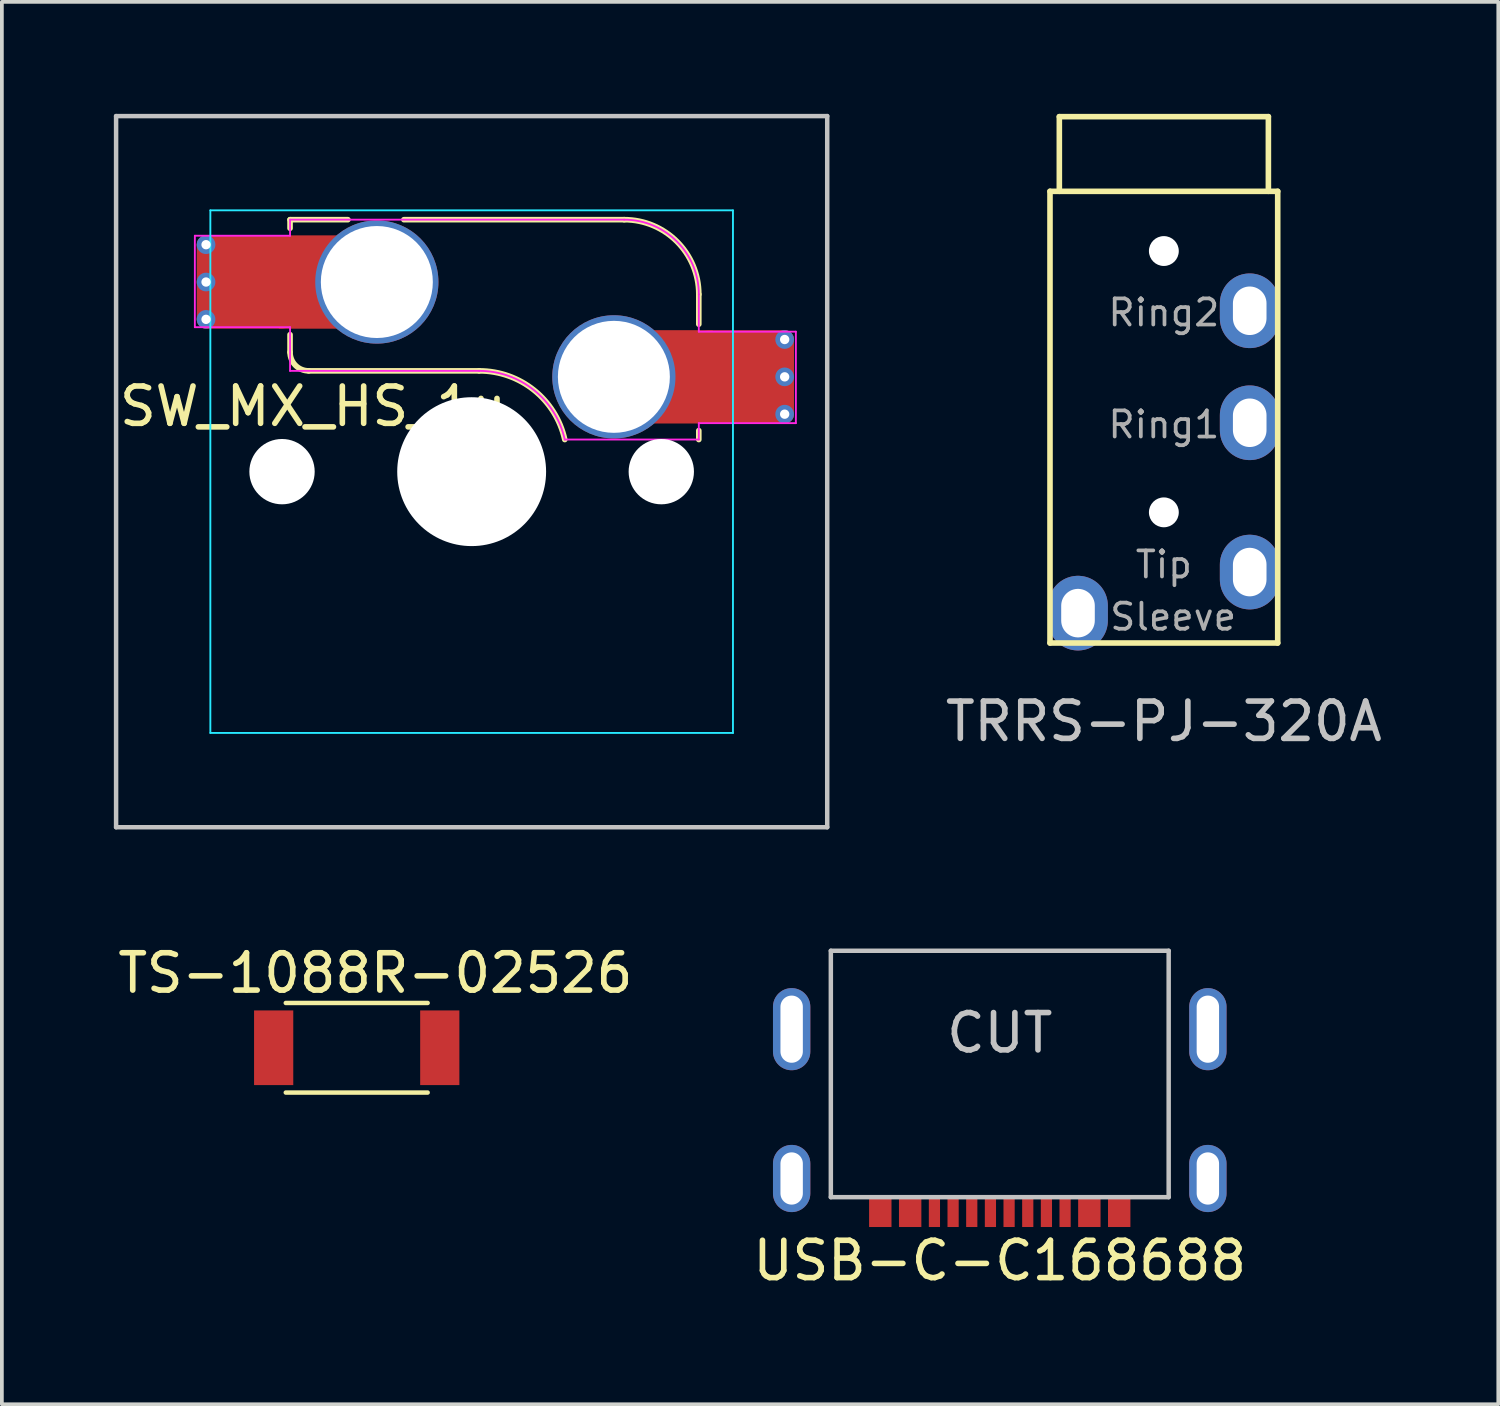
<source format=kicad_pcb>
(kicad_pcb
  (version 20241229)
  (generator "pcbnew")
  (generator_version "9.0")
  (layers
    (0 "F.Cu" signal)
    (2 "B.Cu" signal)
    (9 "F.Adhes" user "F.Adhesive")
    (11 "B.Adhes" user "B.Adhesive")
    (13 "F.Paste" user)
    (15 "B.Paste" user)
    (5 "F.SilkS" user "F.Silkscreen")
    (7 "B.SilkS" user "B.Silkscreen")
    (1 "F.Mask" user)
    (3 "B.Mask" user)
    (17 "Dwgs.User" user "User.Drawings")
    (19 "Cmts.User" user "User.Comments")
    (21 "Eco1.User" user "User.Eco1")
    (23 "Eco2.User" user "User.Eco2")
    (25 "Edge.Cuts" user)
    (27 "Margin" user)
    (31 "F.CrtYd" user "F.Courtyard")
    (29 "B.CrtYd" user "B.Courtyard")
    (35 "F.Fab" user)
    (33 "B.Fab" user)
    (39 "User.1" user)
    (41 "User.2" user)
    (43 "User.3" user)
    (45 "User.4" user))
  (footprint "TS-1088R-02526"
    (layer "F.Cu")
    (at 6.506 25.018)
    (property "Reference" "TS-1088R-02526" (at 0.5 -2 0) (layer "F.SilkS") (effects (font (size 1 1) (thickness 0.15))))
    (attr through_hole)
    (fp_line (start -1.9 -1.2) (end 1.9 -1.2) (stroke (width 0.12) (type solid)) (layer "F.SilkS"))
    (fp_line (start 1.9 1.2) (end -1.9 1.2) (stroke (width 0.12) (type solid)) (layer "F.SilkS"))
    (pad "1" smd rect (at -2.225 0) (size 1.05 2) (layers "F.Cu" "F.Mask" "F.Paste"))
    (pad "2" smd rect (at 2.225 0) (size 1.05 2) (layers "F.Cu" "F.Mask" "F.Paste")))
  (footprint "TRRS-PJ-320A"
    (layer "F.Cu")
    (at 28.128 2.075)
    (property "Reference" "TRRS-PJ-320A" (at 0 14.2 0) (layer "Dwgs.User") (effects (font (size 1 1) (thickness 0.15))))
    (attr through_hole)
    (fp_line (start -3.05 0) (end -3.05 12.1) (stroke (width 0.15) (type solid)) (layer "F.SilkS"))
    (fp_line (start -2.8 0) (end -2.8 -2) (stroke (width 0.15) (type solid)) (layer "F.SilkS"))
    (fp_line (start 2.8 -2) (end -2.8 -2) (stroke (width 0.15) (type solid)) (layer "F.SilkS"))
    (fp_line (start 2.8 0) (end 2.8 -2) (stroke (width 0.15) (type solid)) (layer "F.SilkS"))
    (fp_line (start 3.05 0) (end -3.05 0) (stroke (width 0.15) (type solid)) (layer "F.SilkS"))
    (fp_line (start 3.05 0) (end 3.05 12.1) (stroke (width 0.15) (type solid)) (layer "F.SilkS"))
    (fp_line (start 3.05 12.1) (end -3.05 12.1) (stroke (width 0.15) (type solid)) (layer "F.SilkS"))
    (fp_text user "Tip" (at 0 10 0) (layer "F.Fab") (effects (font (size 0.7 0.7) (thickness 0.1))))
    (fp_text user "Ring1" (at 0 6.25 0) (layer "F.Fab") (effects (font (size 0.7 0.7) (thickness 0.1))))
    (fp_text user "Sleeve" (at 0.25 11.4 0) (layer "F.Fab") (effects (font (size 0.7 0.7) (thickness 0.1))))
    (fp_text user "Ring2" (at 0 3.25 0) (layer "F.Fab") (effects (font (size 0.7 0.7) (thickness 0.1))))
    (pad "" np_thru_hole circle (at 0 1.6) (size 0.8 0.8) (drill 0.8) (layers "*.Cu" "*.Mask"))
    (pad "" np_thru_hole circle (at 0 8.6) (size 0.8 0.8) (drill 0.8) (layers "*.Cu" "*.Mask"))
    (pad "1" thru_hole oval (at -2.3 11.3) (size 1.6 2) (drill oval 0.9 1.3) (layers "*.Cu" "*.Mask"))
    (pad "2" thru_hole oval (at 2.3 10.2) (size 1.6 2) (drill oval 0.9 1.3) (layers "*.Cu" "*.Mask"))
    (pad "3" thru_hole oval (at 2.3 6.2) (size 1.6 2) (drill oval 0.9 1.3) (layers "*.Cu" "*.Mask"))
    (pad "4" thru_hole oval (at 2.3 3.2) (size 1.6 2) (drill oval 0.9 1.3) (layers "*.Cu" "*.Mask")))
  (footprint "SW_MX_HS_1u"
    (layer "F.Cu")
    (at 9.585 9.585)
    (property "Reference" "SW_MX_HS_1u" (at -4.25 -1.75 0) (layer "F.SilkS") (effects (font (size 1 1) (thickness 0.15))))
    (attr smd)
    (fp_line (start -4.865 -6.75) (end -4.865 -6.52) (stroke (width 0.15) (type solid)) (layer "F.SilkS"))
    (fp_line (start -4.865 -3.67) (end -4.865 -3.2) (stroke (width 0.15) (type solid)) (layer "F.SilkS"))
    (fp_line (start -4.365 -2.7) (end 0.2 -2.7) (stroke (width 0.15) (type solid)) (layer "F.SilkS"))
    (fp_line (start -3.315 -6.75) (end -4.865 -6.75) (stroke (width 0.15) (type solid)) (layer "F.SilkS"))
    (fp_line (start 4.085 -6.75) (end -1.815 -6.75) (stroke (width 0.15) (type solid)) (layer "F.SilkS"))
    (fp_line (start 6.085 -3.95) (end 6.085 -4.75) (stroke (width 0.15) (type solid)) (layer "F.SilkS"))
    (fp_line (start 6.085 -1.1) (end 6.085 -0.86) (stroke (width 0.15) (type solid)) (layer "F.SilkS"))
    (fp_arc (start -4.364824 -2.70022) (mid -4.718377 -2.846667) (end -4.864824 -3.20022) (stroke (width 0.15) (type solid)) (layer "F.SilkS"))
    (fp_arc (start 0.2 -2.70022) (mid 1.670693 -2.183637) (end 2.494322 -0.86022) (stroke (width 0.15) (type solid)) (layer "F.SilkS"))
    (fp_arc (start 4.085176 -6.75022) (mid 5.49939 -6.164434) (end 6.085176 -4.75022) (stroke (width 0.15) (type solid)) (layer "F.SilkS"))
    (fp_line (start -9.525 -9.525) (end 9.525 -9.525) (stroke (width 0.12) (type solid)) (layer "Dwgs.User"))
    (fp_line (start -9.525 9.525) (end -9.525 -9.525) (stroke (width 0.12) (type solid)) (layer "Dwgs.User"))
    (fp_line (start 9.525 -9.525) (end 9.525 9.525) (stroke (width 0.12) (type solid)) (layer "Dwgs.User"))
    (fp_line (start 9.525 9.525) (end -9.525 9.525) (stroke (width 0.12) (type solid)) (layer "Dwgs.User"))
    (fp_line (start -7 -6.5) (end -7 6.5) (stroke (width 0.05) (type solid)) (layer "Eco2.User"))
    (fp_line (start -6.5 7) (end 6.5 7) (stroke (width 0.05) (type solid)) (layer "Eco2.User"))
    (fp_line (start 6.5 -7) (end -6.5 -7) (stroke (width 0.05) (type solid)) (layer "Eco2.User"))
    (fp_line (start 7 6.5) (end 7 -6.5) (stroke (width 0.05) (type solid)) (layer "Eco2.User"))
    (fp_arc (start -7 -6.5) (mid -6.853553 -6.853553) (end -6.5 -7) (stroke (width 0.05) (type solid)) (layer "Eco2.User"))
    (fp_arc (start -6.497236 6.998884) (mid -6.850789 6.852437) (end -6.997236 6.498884) (stroke (width 0.05) (type solid)) (layer "Eco2.User"))
    (fp_arc (start 6.5 -7) (mid 6.853553 -6.853553) (end 7 -6.5) (stroke (width 0.05) (type solid)) (layer "Eco2.User"))
    (fp_arc (start 7 6.5) (mid 6.853553 6.853553) (end 6.5 7) (stroke (width 0.05) (type solid)) (layer "Eco2.User"))
    (fp_line (start -7 -7) (end 7 -7) (stroke (width 0.05) (type solid)) (layer "B.CrtYd"))
    (fp_line (start -7 7) (end -7 -7) (stroke (width 0.05) (type solid)) (layer "B.CrtYd"))
    (fp_line (start 7 -7) (end 7 7) (stroke (width 0.05) (type solid)) (layer "B.CrtYd"))
    (fp_line (start 7 7) (end -7 7) (stroke (width 0.05) (type solid)) (layer "B.CrtYd"))
    (fp_line (start -7.415 -6.32) (end -4.865 -6.32) (stroke (width 0.05) (type solid)) (layer "F.CrtYd"))
    (fp_line (start -7.415 -3.87) (end -7.415 -6.32) (stroke (width 0.05) (type solid)) (layer "F.CrtYd"))
    (fp_line (start -4.865 -6.75) (end -4.865 -6.32) (stroke (width 0.05) (type solid)) (layer "F.CrtYd"))
    (fp_line (start -4.865 -3.87) (end -7.415 -3.87) (stroke (width 0.05) (type solid)) (layer "F.CrtYd"))
    (fp_line (start -4.865 -3.87) (end -4.865 -2.7) (stroke (width 0.05) (type solid)) (layer "F.CrtYd"))
    (fp_line (start -4.865 -2.7) (end 0.2 -2.7) (stroke (width 0.05) (type solid)) (layer "F.CrtYd"))
    (fp_line (start 4.085 -6.75) (end -4.865 -6.75) (stroke (width 0.05) (type solid)) (layer "F.CrtYd"))
    (fp_line (start 6.085 -3.75) (end 6.085 -4.75) (stroke (width 0.05) (type solid)) (layer "F.CrtYd"))
    (fp_line (start 6.085 -3.75) (end 8.685 -3.75) (stroke (width 0.05) (type solid)) (layer "F.CrtYd"))
    (fp_line (start 6.085 -1.3) (end 6.085 -0.86) (stroke (width 0.05) (type solid)) (layer "F.CrtYd"))
    (fp_line (start 6.085 -0.86) (end 2.494 -0.86) (stroke (width 0.05) (type solid)) (layer "F.CrtYd"))
    (fp_line (start 8.685 -3.75) (end 8.685 -1.3) (stroke (width 0.05) (type solid)) (layer "F.CrtYd"))
    (fp_line (start 8.685 -1.3) (end 6.085 -1.3) (stroke (width 0.05) (type solid)) (layer "F.CrtYd"))
    (fp_arc (start 0.2 -2.70022) (mid 1.670503 -2.183399) (end 2.494322 -0.86022) (stroke (width 0.05) (type solid)) (layer "F.CrtYd"))
    (fp_arc (start 4.085176 -6.75022) (mid 5.49939 -6.164434) (end 6.085176 -4.75022) (stroke (width 0.05) (type solid)) (layer "F.CrtYd"))
    (pad "" np_thru_hole circle (at -5.08 0) (size 1.75 1.75) (drill 1.75) (layers "*.Cu" "*.Mask"))
    (pad "" np_thru_hole circle (at 0 0) (size 3.988 3.988) (drill 3.988) (layers "*.Cu" "*.Mask"))
    (pad "" np_thru_hole circle (at 5.08 0) (size 1.75 1.75) (drill 1.75) (layers "*.Cu" "*.Mask"))
    (pad "1" thru_hole circle (at 3.81 -2.54) (size 3.3 3.3) (drill 3) (layers "*.Cu" "*.Mask"))
    (pad "1" smd rect (at 5.635 -2.54 180) (size 1.65 2.5) (layers "F.Cu"))
    (pad "1" smd roundrect (at 7.36 -2.54) (size 2.55 2.5) (layers "F.Cu" "F.Mask" "F.Paste") (roundrect_rratio 0.1))
    (pad "1" thru_hole circle (at 8.385 -3.54) (size 0.5 0.5) (drill 0.25) (layers "*.Cu"))
    (pad "1" thru_hole circle (at 8.385 -2.54) (size 0.5 0.5) (drill 0.25) (layers "*.Cu"))
    (pad "1" thru_hole circle (at 8.385 -1.54) (size 0.5 0.5) (drill 0.25) (layers "*.Cu"))
    (pad "2" thru_hole circle (at -7.115 -6.08) (size 0.5 0.5) (drill 0.25) (layers "*.Cu"))
    (pad "2" thru_hole circle (at -7.115 -5.08) (size 0.5 0.5) (drill 0.25) (layers "*.Cu"))
    (pad "2" thru_hole circle (at -7.115 -4.08) (size 0.5 0.5) (drill 0.25) (layers "*.Cu"))
    (pad "2" smd roundrect (at -6.09 -5.08) (size 2.55 2.5) (layers "F.Cu" "F.Mask" "F.Paste") (roundrect_rratio 0.1))
    (pad "2" smd rect (at -4.34 -5.08) (size 1.65 2.5) (layers "F.Cu"))
    (pad "2" thru_hole circle (at -2.54 -5.08) (size 3.3 3.3) (drill 3) (layers "*.Cu" "*.Mask")))
  (footprint "USB-C-C168688"
    (layer "F.Cu")
    (at 23.732 22.42)
    (property "Reference" "USB-C-C168688" (at 0 8.3 0) (layer "F.SilkS") (effects (font (size 1 1) (thickness 0.15))))
    (attr smd)
    (fp_line (start -4.525 0) (end -4.525 6.6) (stroke (width 0.12) (type solid)) (layer "Dwgs.User"))
    (fp_line (start -4.525 0) (end 4.525 0) (stroke (width 0.12) (type solid)) (layer "Dwgs.User"))
    (fp_line (start -4.525 6.6) (end 4.525 6.6) (stroke (width 0.12) (type solid)) (layer "Dwgs.User"))
    (fp_line (start 4.525 0) (end 4.525 6.6) (stroke (width 0.12) (type solid)) (layer "Dwgs.User"))
    (fp_text user "CUT" (at 0 2.2 0) (layer "Dwgs.User") (effects (font (size 1 1) (thickness 0.15))))
    (pad "1" smd rect (at 3.2 7) (size 0.6 0.8) (layers "F.Cu" "F.Mask" "F.Paste"))
    (pad "2" smd rect (at 2.4 7) (size 0.6 0.8) (layers "F.Cu" "F.Mask" "F.Paste"))
    (pad "3" smd rect (at 1.75 7) (size 0.3 0.8) (layers "F.Cu" "F.Mask" "F.Paste"))
    (pad "4" smd rect (at 1.25 7) (size 0.3 0.8) (layers "F.Cu" "F.Mask" "F.Paste"))
    (pad "5" smd rect (at 0.75 7) (size 0.3 0.8) (layers "F.Cu" "F.Mask" "F.Paste"))
    (pad "6" smd rect (at 0.25 7) (size 0.3 0.8) (layers "F.Cu" "F.Mask" "F.Paste"))
    (pad "7" smd rect (at -0.25 7) (size 0.3 0.8) (layers "F.Cu" "F.Mask" "F.Paste"))
    (pad "8" smd rect (at -0.75 7) (size 0.3 0.8) (layers "F.Cu" "F.Mask" "F.Paste"))
    (pad "9" smd rect (at -1.25 7) (size 0.3 0.8) (layers "F.Cu" "F.Mask" "F.Paste"))
    (pad "10" smd rect (at -1.75 7) (size 0.3 0.8) (layers "F.Cu" "F.Mask" "F.Paste"))
    (pad "11" smd rect (at -2.4 7) (size 0.6 0.8) (layers "F.Cu" "F.Mask" "F.Paste"))
    (pad "12" smd rect (at -3.2 7) (size 0.6 0.8) (layers "F.Cu" "F.Mask" "F.Paste"))
    (pad "13" thru_hole oval (at -5.575 2.1) (size 1 2.2) (drill oval 0.6 1.8) (layers "*.Cu" "*.Mask"))
    (pad "13" thru_hole oval (at -5.575 6.1) (size 1 1.8) (drill oval 0.6 1.4) (layers "*.Cu" "*.Mask"))
    (pad "13" thru_hole oval (at 5.575 2.1) (size 1 2.2) (drill oval 0.6 1.8) (layers "*.Cu" "*.Mask"))
    (pad "13" thru_hole oval (at 5.575 6.1) (size 1 1.8) (drill oval 0.6 1.4) (layers "*.Cu" "*.Mask")))
  (gr_rect
    (start -3 -3)
    (end 37.087 34.568)
    (stroke (width 0.1) (type default))
    (fill no)
    (layer "Edge.Cuts")))
</source>
